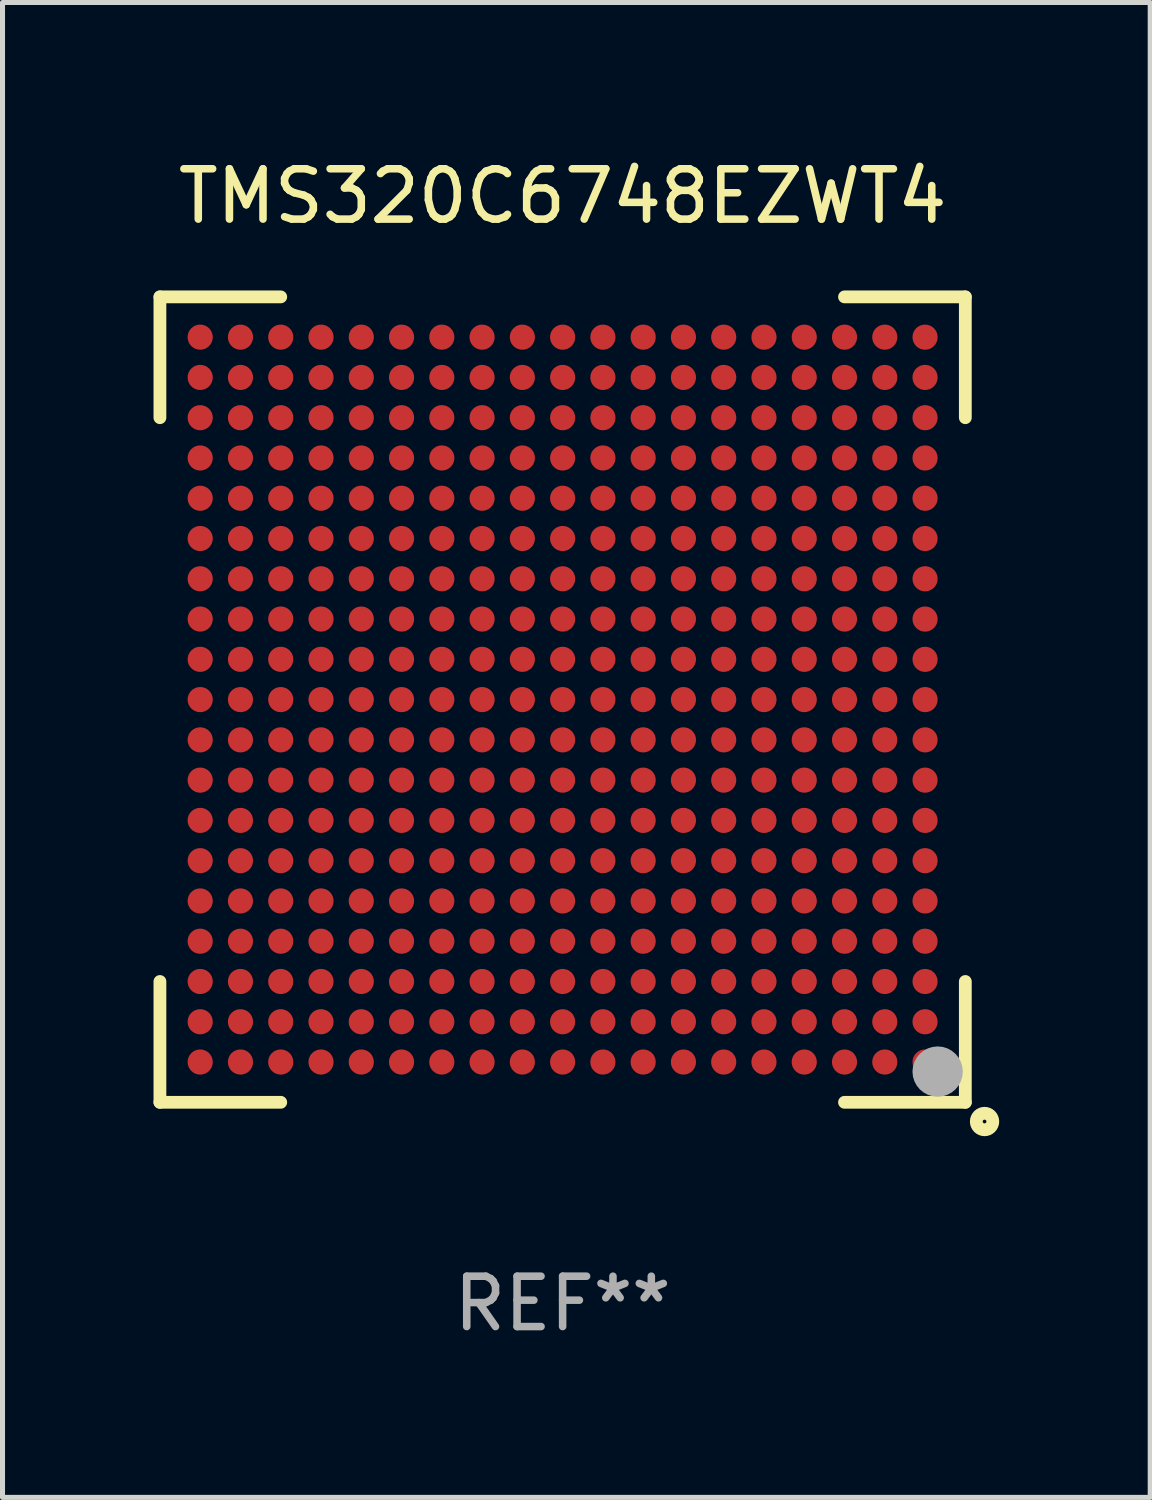
<source format=kicad_pcb>
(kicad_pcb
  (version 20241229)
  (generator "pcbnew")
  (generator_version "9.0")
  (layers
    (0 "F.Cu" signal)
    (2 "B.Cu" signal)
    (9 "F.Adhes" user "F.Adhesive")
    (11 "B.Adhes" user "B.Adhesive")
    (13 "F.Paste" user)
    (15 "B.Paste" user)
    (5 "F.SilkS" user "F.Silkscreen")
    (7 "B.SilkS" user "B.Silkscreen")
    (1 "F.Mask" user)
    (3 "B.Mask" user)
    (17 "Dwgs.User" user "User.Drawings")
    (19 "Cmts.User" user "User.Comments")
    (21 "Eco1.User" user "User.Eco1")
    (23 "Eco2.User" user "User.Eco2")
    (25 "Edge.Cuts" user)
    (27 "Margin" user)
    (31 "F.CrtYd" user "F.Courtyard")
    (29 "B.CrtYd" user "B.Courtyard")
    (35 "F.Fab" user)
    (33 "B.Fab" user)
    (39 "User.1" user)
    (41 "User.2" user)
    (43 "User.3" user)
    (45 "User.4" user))
  (footprint "TMS320C6748EZWT4"
    (layer "F.Cu")
    (at 8.127 10.848)
    (property "Reference" "TMS320C6748EZWT4" (at 0 -10 0) (layer "F.SilkS") (effects (font (size 1 1) (thickness 0.15))))
    (attr through_hole)
    (fp_line (start -8 -8) (end -5.6 -8) (stroke (width 0.254) (type solid)) (layer "F.SilkS"))
    (fp_line (start -8 -5.6) (end -8 -8) (stroke (width 0.254) (type solid)) (layer "F.SilkS"))
    (fp_line (start -8 8) (end -8 5.6) (stroke (width 0.254) (type solid)) (layer "F.SilkS"))
    (fp_line (start -5.6 8) (end -8 8) (stroke (width 0.254) (type solid)) (layer "F.SilkS"))
    (fp_line (start 5.6 -8) (end 8 -8) (stroke (width 0.254) (type solid)) (layer "F.SilkS"))
    (fp_line (start 8 -8) (end 8 -5.6) (stroke (width 0.254) (type solid)) (layer "F.SilkS"))
    (fp_line (start 8 5.6) (end 8 8) (stroke (width 0.254) (type solid)) (layer "F.SilkS"))
    (fp_line (start 8 8) (end 5.6 8) (stroke (width 0.254) (type solid)) (layer "F.SilkS"))
    (fp_circle (center 8 8) (end 8.03 8) (stroke (width 0.06) (type solid)) (fill no) (layer "F.SilkS"))
    (fp_circle (center 8.382 8.382) (end 8.546 8.382) (stroke (width 0.254) (type solid)) (fill no) (layer "F.SilkS"))
    (fp_circle (center 7.45 7.39) (end 7.7 7.39) (stroke (width 0.5) (type solid)) (fill no) (layer "F.Fab"))
    (fp_text user "REF**" (at 0 12 0) (layer "F.Fab") (effects (font (size 1 1) (thickness 0.15))))
    (pad "A1" smd circle (at 7.2 7.2) (size 0.5 0.5) (layers "F.Cu" "F.Mask" "F.Paste"))
    (pad "A2" smd circle (at 6.4 7.2) (size 0.5 0.5) (layers "F.Cu" "F.Mask" "F.Paste"))
    (pad "A3" smd circle (at 5.6 7.2) (size 0.5 0.5) (layers "F.Cu" "F.Mask" "F.Paste"))
    (pad "A4" smd circle (at 4.8 7.2) (size 0.5 0.5) (layers "F.Cu" "F.Mask" "F.Paste"))
    (pad "A5" smd circle (at 4 7.2) (size 0.5 0.5) (layers "F.Cu" "F.Mask" "F.Paste"))
    (pad "A6" smd circle (at 3.2 7.2) (size 0.5 0.5) (layers "F.Cu" "F.Mask" "F.Paste"))
    (pad "A7" smd circle (at 2.4 7.2) (size 0.5 0.5) (layers "F.Cu" "F.Mask" "F.Paste"))
    (pad "A8" smd circle (at 1.6 7.2) (size 0.5 0.5) (layers "F.Cu" "F.Mask" "F.Paste"))
    (pad "A9" smd circle (at 0.8 7.2) (size 0.5 0.5) (layers "F.Cu" "F.Mask" "F.Paste"))
    (pad "A10" smd circle (at 0.000102 7.2) (size 0.5 0.5) (layers "F.Cu" "F.Mask" "F.Paste"))
    (pad "A11" smd circle (at -0.8 7.2) (size 0.5 0.5) (layers "F.Cu" "F.Mask" "F.Paste"))
    (pad "A12" smd circle (at -1.6 7.2) (size 0.5 0.5) (layers "F.Cu" "F.Mask" "F.Paste"))
    (pad "A13" smd circle (at -2.4 7.2) (size 0.5 0.5) (layers "F.Cu" "F.Mask" "F.Paste"))
    (pad "A14" smd circle (at -3.2 7.2) (size 0.5 0.5) (layers "F.Cu" "F.Mask" "F.Paste"))
    (pad "A15" smd circle (at -4 7.2) (size 0.5 0.5) (layers "F.Cu" "F.Mask" "F.Paste"))
    (pad "A16" smd circle (at -4.8 7.2) (size 0.5 0.5) (layers "F.Cu" "F.Mask" "F.Paste"))
    (pad "A17" smd circle (at -5.6 7.2) (size 0.5 0.5) (layers "F.Cu" "F.Mask" "F.Paste"))
    (pad "A18" smd circle (at -6.4 7.2) (size 0.5 0.5) (layers "F.Cu" "F.Mask" "F.Paste"))
    (pad "A19" smd circle (at -7.2 7.2) (size 0.5 0.5) (layers "F.Cu" "F.Mask" "F.Paste"))
    (pad "B1" smd circle (at 7.2 6.4) (size 0.5 0.5) (layers "F.Cu" "F.Mask" "F.Paste"))
    (pad "B2" smd circle (at 6.4 6.4) (size 0.5 0.5) (layers "F.Cu" "F.Mask" "F.Paste"))
    (pad "B3" smd circle (at 5.6 6.4) (size 0.5 0.5) (layers "F.Cu" "F.Mask" "F.Paste"))
    (pad "B4" smd circle (at 4.8 6.4) (size 0.5 0.5) (layers "F.Cu" "F.Mask" "F.Paste"))
    (pad "B5" smd circle (at 4 6.4) (size 0.5 0.5) (layers "F.Cu" "F.Mask" "F.Paste"))
    (pad "B6" smd circle (at 3.2 6.4) (size 0.5 0.5) (layers "F.Cu" "F.Mask" "F.Paste"))
    (pad "B7" smd circle (at 2.4 6.4) (size 0.5 0.5) (layers "F.Cu" "F.Mask" "F.Paste"))
    (pad "B8" smd circle (at 1.6 6.4) (size 0.5 0.5) (layers "F.Cu" "F.Mask" "F.Paste"))
    (pad "B9" smd circle (at 0.8 6.4) (size 0.5 0.5) (layers "F.Cu" "F.Mask" "F.Paste"))
    (pad "B10" smd circle (at -0.000152 6.4) (size 0.5 0.5) (layers "F.Cu" "F.Mask" "F.Paste"))
    (pad "B11" smd circle (at -0.8 6.4) (size 0.5 0.5) (layers "F.Cu" "F.Mask" "F.Paste"))
    (pad "B12" smd circle (at -1.6 6.4) (size 0.5 0.5) (layers "F.Cu" "F.Mask" "F.Paste"))
    (pad "B13" smd circle (at -2.4 6.4) (size 0.5 0.5) (layers "F.Cu" "F.Mask" "F.Paste"))
    (pad "B14" smd circle (at -3.2 6.4) (size 0.5 0.5) (layers "F.Cu" "F.Mask" "F.Paste"))
    (pad "B15" smd circle (at -4 6.4) (size 0.5 0.5) (layers "F.Cu" "F.Mask" "F.Paste"))
    (pad "B16" smd circle (at -4.8 6.4) (size 0.5 0.5) (layers "F.Cu" "F.Mask" "F.Paste"))
    (pad "B17" smd circle (at -5.6 6.4) (size 0.5 0.5) (layers "F.Cu" "F.Mask" "F.Paste"))
    (pad "B18" smd circle (at -6.4 6.4) (size 0.5 0.5) (layers "F.Cu" "F.Mask" "F.Paste"))
    (pad "B19" smd circle (at -7.2 6.4) (size 0.5 0.5) (layers "F.Cu" "F.Mask" "F.Paste"))
    (pad "C1" smd circle (at 7.2 5.6) (size 0.5 0.5) (layers "F.Cu" "F.Mask" "F.Paste"))
    (pad "C2" smd circle (at 6.4 5.6) (size 0.5 0.5) (layers "F.Cu" "F.Mask" "F.Paste"))
    (pad "C3" smd circle (at 5.6 5.6) (size 0.5 0.5) (layers "F.Cu" "F.Mask" "F.Paste"))
    (pad "C4" smd circle (at 4.8 5.6) (size 0.5 0.5) (layers "F.Cu" "F.Mask" "F.Paste"))
    (pad "C5" smd circle (at 4 5.6) (size 0.5 0.5) (layers "F.Cu" "F.Mask" "F.Paste"))
    (pad "C6" smd circle (at 3.2 5.6) (size 0.5 0.5) (layers "F.Cu" "F.Mask" "F.Paste"))
    (pad "C7" smd circle (at 2.4 5.6) (size 0.5 0.5) (layers "F.Cu" "F.Mask" "F.Paste"))
    (pad "C8" smd circle (at 1.6 5.6) (size 0.5 0.5) (layers "F.Cu" "F.Mask" "F.Paste"))
    (pad "C9" smd circle (at 0.8 5.6) (size 0.5 0.5) (layers "F.Cu" "F.Mask" "F.Paste"))
    (pad "C10" smd circle (at 0.000102 5.6) (size 0.5 0.5) (layers "F.Cu" "F.Mask" "F.Paste"))
    (pad "C11" smd circle (at -0.8 5.6) (size 0.5 0.5) (layers "F.Cu" "F.Mask" "F.Paste"))
    (pad "C12" smd circle (at -1.6 5.6) (size 0.5 0.5) (layers "F.Cu" "F.Mask" "F.Paste"))
    (pad "C13" smd circle (at -2.4 5.6) (size 0.5 0.5) (layers "F.Cu" "F.Mask" "F.Paste"))
    (pad "C14" smd circle (at -3.2 5.6) (size 0.5 0.5) (layers "F.Cu" "F.Mask" "F.Paste"))
    (pad "C15" smd circle (at -4 5.6) (size 0.5 0.5) (layers "F.Cu" "F.Mask" "F.Paste"))
    (pad "C16" smd circle (at -4.8 5.6) (size 0.5 0.5) (layers "F.Cu" "F.Mask" "F.Paste"))
    (pad "C17" smd circle (at -5.6 5.6) (size 0.5 0.5) (layers "F.Cu" "F.Mask" "F.Paste"))
    (pad "C18" smd circle (at -6.4 5.6) (size 0.5 0.5) (layers "F.Cu" "F.Mask" "F.Paste"))
    (pad "C19" smd circle (at -7.2 5.6) (size 0.5 0.5) (layers "F.Cu" "F.Mask" "F.Paste"))
    (pad "D1" smd circle (at 7.2 4.8) (size 0.5 0.5) (layers "F.Cu" "F.Mask" "F.Paste"))
    (pad "D2" smd circle (at 6.4 4.8) (size 0.5 0.5) (layers "F.Cu" "F.Mask" "F.Paste"))
    (pad "D3" smd circle (at 5.6 4.8) (size 0.5 0.5) (layers "F.Cu" "F.Mask" "F.Paste"))
    (pad "D4" smd circle (at 4.8 4.8) (size 0.5 0.5) (layers "F.Cu" "F.Mask" "F.Paste"))
    (pad "D5" smd circle (at 4 4.8) (size 0.5 0.5) (layers "F.Cu" "F.Mask" "F.Paste"))
    (pad "D6" smd circle (at 3.2 4.8) (size 0.5 0.5) (layers "F.Cu" "F.Mask" "F.Paste"))
    (pad "D7" smd circle (at 2.4 4.8) (size 0.5 0.5) (layers "F.Cu" "F.Mask" "F.Paste"))
    (pad "D8" smd circle (at 1.6 4.8) (size 0.5 0.5) (layers "F.Cu" "F.Mask" "F.Paste"))
    (pad "D9" smd circle (at 0.8 4.8) (size 0.5 0.5) (layers "F.Cu" "F.Mask" "F.Paste"))
    (pad "D10" smd circle (at 0.000102 4.8) (size 0.5 0.5) (layers "F.Cu" "F.Mask" "F.Paste"))
    (pad "D11" smd circle (at -0.8 4.8) (size 0.5 0.5) (layers "F.Cu" "F.Mask" "F.Paste"))
    (pad "D12" smd circle (at -1.6 4.8) (size 0.5 0.5) (layers "F.Cu" "F.Mask" "F.Paste"))
    (pad "D13" smd circle (at -2.4 4.8) (size 0.5 0.5) (layers "F.Cu" "F.Mask" "F.Paste"))
    (pad "D14" smd circle (at -3.2 4.8) (size 0.5 0.5) (layers "F.Cu" "F.Mask" "F.Paste"))
    (pad "D15" smd circle (at -4 4.8) (size 0.5 0.5) (layers "F.Cu" "F.Mask" "F.Paste"))
    (pad "D16" smd circle (at -4.8 4.8) (size 0.5 0.5) (layers "F.Cu" "F.Mask" "F.Paste"))
    (pad "D17" smd circle (at -5.6 4.8) (size 0.5 0.5) (layers "F.Cu" "F.Mask" "F.Paste"))
    (pad "D18" smd circle (at -6.4 4.8) (size 0.5 0.5) (layers "F.Cu" "F.Mask" "F.Paste"))
    (pad "D19" smd circle (at -7.2 4.8) (size 0.5 0.5) (layers "F.Cu" "F.Mask" "F.Paste"))
    (pad "E1" smd circle (at 7.2 4) (size 0.5 0.5) (layers "F.Cu" "F.Mask" "F.Paste"))
    (pad "E2" smd circle (at 6.4 4) (size 0.5 0.5) (layers "F.Cu" "F.Mask" "F.Paste"))
    (pad "E3" smd circle (at 5.6 4) (size 0.5 0.5) (layers "F.Cu" "F.Mask" "F.Paste"))
    (pad "E4" smd circle (at 4.8 4) (size 0.5 0.5) (layers "F.Cu" "F.Mask" "F.Paste"))
    (pad "E5" smd circle (at 4 4) (size 0.5 0.5) (layers "F.Cu" "F.Mask" "F.Paste"))
    (pad "E6" smd circle (at 3.2 4) (size 0.5 0.5) (layers "F.Cu" "F.Mask" "F.Paste"))
    (pad "E7" smd circle (at 2.4 4) (size 0.5 0.5) (layers "F.Cu" "F.Mask" "F.Paste"))
    (pad "E8" smd circle (at 1.6 4) (size 0.5 0.5) (layers "F.Cu" "F.Mask" "F.Paste"))
    (pad "E9" smd circle (at 0.8 4) (size 0.5 0.5) (layers "F.Cu" "F.Mask" "F.Paste"))
    (pad "E10" smd circle (at 0.000102 4) (size 0.5 0.5) (layers "F.Cu" "F.Mask" "F.Paste"))
    (pad "E11" smd circle (at -0.8 4) (size 0.5 0.5) (layers "F.Cu" "F.Mask" "F.Paste"))
    (pad "E12" smd circle (at -1.6 4) (size 0.5 0.5) (layers "F.Cu" "F.Mask" "F.Paste"))
    (pad "E13" smd circle (at -2.4 4) (size 0.5 0.5) (layers "F.Cu" "F.Mask" "F.Paste"))
    (pad "E14" smd circle (at -3.2 4) (size 0.5 0.5) (layers "F.Cu" "F.Mask" "F.Paste"))
    (pad "E15" smd circle (at -4 4) (size 0.5 0.5) (layers "F.Cu" "F.Mask" "F.Paste"))
    (pad "E16" smd circle (at -4.8 4) (size 0.5 0.5) (layers "F.Cu" "F.Mask" "F.Paste"))
    (pad "E17" smd circle (at -5.6 4) (size 0.5 0.5) (layers "F.Cu" "F.Mask" "F.Paste"))
    (pad "E18" smd circle (at -6.4 4) (size 0.5 0.5) (layers "F.Cu" "F.Mask" "F.Paste"))
    (pad "E19" smd circle (at -7.2 4) (size 0.5 0.5) (layers "F.Cu" "F.Mask" "F.Paste"))
    (pad "F1" smd circle (at 7.2 3.2) (size 0.5 0.5) (layers "F.Cu" "F.Mask" "F.Paste"))
    (pad "F2" smd circle (at 6.4 3.2) (size 0.5 0.5) (layers "F.Cu" "F.Mask" "F.Paste"))
    (pad "F3" smd circle (at 5.6 3.2) (size 0.5 0.5) (layers "F.Cu" "F.Mask" "F.Paste"))
    (pad "F4" smd circle (at 4.8 3.2) (size 0.5 0.5) (layers "F.Cu" "F.Mask" "F.Paste"))
    (pad "F5" smd circle (at 4 3.2) (size 0.5 0.5) (layers "F.Cu" "F.Mask" "F.Paste"))
    (pad "F6" smd circle (at 3.2 3.2) (size 0.5 0.5) (layers "F.Cu" "F.Mask" "F.Paste"))
    (pad "F7" smd circle (at 2.4 3.2) (size 0.5 0.5) (layers "F.Cu" "F.Mask" "F.Paste"))
    (pad "F8" smd circle (at 1.6 3.2) (size 0.5 0.5) (layers "F.Cu" "F.Mask" "F.Paste"))
    (pad "F9" smd circle (at 0.8 3.2) (size 0.5 0.5) (layers "F.Cu" "F.Mask" "F.Paste"))
    (pad "F10" smd circle (at 0.000102 3.2) (size 0.5 0.5) (layers "F.Cu" "F.Mask" "F.Paste"))
    (pad "F11" smd circle (at -0.8 3.2) (size 0.5 0.5) (layers "F.Cu" "F.Mask" "F.Paste"))
    (pad "F12" smd circle (at -1.6 3.2) (size 0.5 0.5) (layers "F.Cu" "F.Mask" "F.Paste"))
    (pad "F13" smd circle (at -2.4 3.2) (size 0.5 0.5) (layers "F.Cu" "F.Mask" "F.Paste"))
    (pad "F14" smd circle (at -3.2 3.2) (size 0.5 0.5) (layers "F.Cu" "F.Mask" "F.Paste"))
    (pad "F15" smd circle (at -4 3.2) (size 0.5 0.5) (layers "F.Cu" "F.Mask" "F.Paste"))
    (pad "F16" smd circle (at -4.8 3.2) (size 0.5 0.5) (layers "F.Cu" "F.Mask" "F.Paste"))
    (pad "F17" smd circle (at -5.6 3.2) (size 0.5 0.5) (layers "F.Cu" "F.Mask" "F.Paste"))
    (pad "F18" smd circle (at -6.4 3.2) (size 0.5 0.5) (layers "F.Cu" "F.Mask" "F.Paste"))
    (pad "F19" smd circle (at -7.2 3.2) (size 0.5 0.5) (layers "F.Cu" "F.Mask" "F.Paste"))
    (pad "G1" smd circle (at 7.2 2.4) (size 0.5 0.5) (layers "F.Cu" "F.Mask" "F.Paste"))
    (pad "G2" smd circle (at 6.4 2.4) (size 0.5 0.5) (layers "F.Cu" "F.Mask" "F.Paste"))
    (pad "G3" smd circle (at 5.6 2.4) (size 0.5 0.5) (layers "F.Cu" "F.Mask" "F.Paste"))
    (pad "G4" smd circle (at 4.8 2.4) (size 0.5 0.5) (layers "F.Cu" "F.Mask" "F.Paste"))
    (pad "G5" smd circle (at 4 2.4) (size 0.5 0.5) (layers "F.Cu" "F.Mask" "F.Paste"))
    (pad "G6" smd circle (at 3.2 2.4) (size 0.5 0.5) (layers "F.Cu" "F.Mask" "F.Paste"))
    (pad "G7" smd circle (at 2.4 2.4) (size 0.5 0.5) (layers "F.Cu" "F.Mask" "F.Paste"))
    (pad "G8" smd circle (at 1.6 2.4) (size 0.5 0.5) (layers "F.Cu" "F.Mask" "F.Paste"))
    (pad "G9" smd circle (at 0.8 2.4) (size 0.5 0.5) (layers "F.Cu" "F.Mask" "F.Paste"))
    (pad "G10" smd circle (at 0.000102 2.4) (size 0.5 0.5) (layers "F.Cu" "F.Mask" "F.Paste"))
    (pad "G11" smd circle (at -0.8 2.4) (size 0.5 0.5) (layers "F.Cu" "F.Mask" "F.Paste"))
    (pad "G12" smd circle (at -1.6 2.4) (size 0.5 0.5) (layers "F.Cu" "F.Mask" "F.Paste"))
    (pad "G13" smd circle (at -2.4 2.4) (size 0.5 0.5) (layers "F.Cu" "F.Mask" "F.Paste"))
    (pad "G14" smd circle (at -3.2 2.4) (size 0.5 0.5) (layers "F.Cu" "F.Mask" "F.Paste"))
    (pad "G15" smd circle (at -4 2.4) (size 0.5 0.5) (layers "F.Cu" "F.Mask" "F.Paste"))
    (pad "G16" smd circle (at -4.8 2.4) (size 0.5 0.5) (layers "F.Cu" "F.Mask" "F.Paste"))
    (pad "G17" smd circle (at -5.6 2.4) (size 0.5 0.5) (layers "F.Cu" "F.Mask" "F.Paste"))
    (pad "G18" smd circle (at -6.4 2.4) (size 0.5 0.5) (layers "F.Cu" "F.Mask" "F.Paste"))
    (pad "G19" smd circle (at -7.2 2.4) (size 0.5 0.5) (layers "F.Cu" "F.Mask" "F.Paste"))
    (pad "H1" smd circle (at 7.2 1.6) (size 0.5 0.5) (layers "F.Cu" "F.Mask" "F.Paste"))
    (pad "H2" smd circle (at 6.4 1.6) (size 0.5 0.5) (layers "F.Cu" "F.Mask" "F.Paste"))
    (pad "H3" smd circle (at 5.6 1.6) (size 0.5 0.5) (layers "F.Cu" "F.Mask" "F.Paste"))
    (pad "H4" smd circle (at 4.8 1.6) (size 0.5 0.5) (layers "F.Cu" "F.Mask" "F.Paste"))
    (pad "H5" smd circle (at 4 1.6) (size 0.5 0.5) (layers "F.Cu" "F.Mask" "F.Paste"))
    (pad "H6" smd circle (at 3.2 1.6) (size 0.5 0.5) (layers "F.Cu" "F.Mask" "F.Paste"))
    (pad "H7" smd circle (at 2.4 1.6) (size 0.5 0.5) (layers "F.Cu" "F.Mask" "F.Paste"))
    (pad "H8" smd circle (at 1.6 1.6) (size 0.5 0.5) (layers "F.Cu" "F.Mask" "F.Paste"))
    (pad "H9" smd circle (at 0.8 1.6) (size 0.5 0.5) (layers "F.Cu" "F.Mask" "F.Paste"))
    (pad "H10" smd circle (at 0.000102 1.6) (size 0.5 0.5) (layers "F.Cu" "F.Mask" "F.Paste"))
    (pad "H11" smd circle (at -0.8 1.6) (size 0.5 0.5) (layers "F.Cu" "F.Mask" "F.Paste"))
    (pad "H12" smd circle (at -1.6 1.6) (size 0.5 0.5) (layers "F.Cu" "F.Mask" "F.Paste"))
    (pad "H13" smd circle (at -2.4 1.6) (size 0.5 0.5) (layers "F.Cu" "F.Mask" "F.Paste"))
    (pad "H14" smd circle (at -3.2 1.6) (size 0.5 0.5) (layers "F.Cu" "F.Mask" "F.Paste"))
    (pad "H15" smd circle (at -4 1.6) (size 0.5 0.5) (layers "F.Cu" "F.Mask" "F.Paste"))
    (pad "H16" smd circle (at -4.8 1.6) (size 0.5 0.5) (layers "F.Cu" "F.Mask" "F.Paste"))
    (pad "H17" smd circle (at -5.6 1.6) (size 0.5 0.5) (layers "F.Cu" "F.Mask" "F.Paste"))
    (pad "H18" smd circle (at -6.4 1.6) (size 0.5 0.5) (layers "F.Cu" "F.Mask" "F.Paste"))
    (pad "H19" smd circle (at -7.2 1.6) (size 0.5 0.5) (layers "F.Cu" "F.Mask" "F.Paste"))
    (pad "J1" smd circle (at 7.2 0.8) (size 0.5 0.5) (layers "F.Cu" "F.Mask" "F.Paste"))
    (pad "J2" smd circle (at 6.4 0.8) (size 0.5 0.5) (layers "F.Cu" "F.Mask" "F.Paste"))
    (pad "J3" smd circle (at 5.6 0.8) (size 0.5 0.5) (layers "F.Cu" "F.Mask" "F.Paste"))
    (pad "J4" smd circle (at 4.8 0.8) (size 0.5 0.5) (layers "F.Cu" "F.Mask" "F.Paste"))
    (pad "J5" smd circle (at 4 0.8) (size 0.5 0.5) (layers "F.Cu" "F.Mask" "F.Paste"))
    (pad "J6" smd circle (at 3.2 0.8) (size 0.5 0.5) (layers "F.Cu" "F.Mask" "F.Paste"))
    (pad "J7" smd circle (at 2.4 0.8) (size 0.5 0.5) (layers "F.Cu" "F.Mask" "F.Paste"))
    (pad "J8" smd circle (at 1.6 0.8) (size 0.5 0.5) (layers "F.Cu" "F.Mask" "F.Paste"))
    (pad "J9" smd circle (at 0.8 0.8) (size 0.5 0.5) (layers "F.Cu" "F.Mask" "F.Paste"))
    (pad "J10" smd circle (at 0.000102 0.8) (size 0.5 0.5) (layers "F.Cu" "F.Mask" "F.Paste"))
    (pad "J11" smd circle (at -0.8 0.8) (size 0.5 0.5) (layers "F.Cu" "F.Mask" "F.Paste"))
    (pad "J12" smd circle (at -1.6 0.8) (size 0.5 0.5) (layers "F.Cu" "F.Mask" "F.Paste"))
    (pad "J13" smd circle (at -2.4 0.8) (size 0.5 0.5) (layers "F.Cu" "F.Mask" "F.Paste"))
    (pad "J14" smd circle (at -3.2 0.8) (size 0.5 0.5) (layers "F.Cu" "F.Mask" "F.Paste"))
    (pad "J15" smd circle (at -4 0.8) (size 0.5 0.5) (layers "F.Cu" "F.Mask" "F.Paste"))
    (pad "J16" smd circle (at -4.8 0.8) (size 0.5 0.5) (layers "F.Cu" "F.Mask" "F.Paste"))
    (pad "J17" smd circle (at -5.6 0.8) (size 0.5 0.5) (layers "F.Cu" "F.Mask" "F.Paste"))
    (pad "J18" smd circle (at -6.4 0.8) (size 0.5 0.5) (layers "F.Cu" "F.Mask" "F.Paste"))
    (pad "J19" smd circle (at -7.2 0.8) (size 0.5 0.5) (layers "F.Cu" "F.Mask" "F.Paste"))
    (pad "K1" smd circle (at 7.2 0.000102) (size 0.5 0.5) (layers "F.Cu" "F.Mask" "F.Paste"))
    (pad "K2" smd circle (at 6.4 0.000102) (size 0.5 0.5) (layers "F.Cu" "F.Mask" "F.Paste"))
    (pad "K3" smd circle (at 5.6 0.000102) (size 0.5 0.5) (layers "F.Cu" "F.Mask" "F.Paste"))
    (pad "K4" smd circle (at 4.8 0.000102) (size 0.5 0.5) (layers "F.Cu" "F.Mask" "F.Paste"))
    (pad "K5" smd circle (at 4 0.000102) (size 0.5 0.5) (layers "F.Cu" "F.Mask" "F.Paste"))
    (pad "K6" smd circle (at 3.2 0.000102) (size 0.5 0.5) (layers "F.Cu" "F.Mask" "F.Paste"))
    (pad "K7" smd circle (at 2.4 0.000102) (size 0.5 0.5) (layers "F.Cu" "F.Mask" "F.Paste"))
    (pad "K8" smd circle (at 1.6 0.000102) (size 0.5 0.5) (layers "F.Cu" "F.Mask" "F.Paste"))
    (pad "K9" smd circle (at 0.8 0.000102) (size 0.5 0.5) (layers "F.Cu" "F.Mask" "F.Paste"))
    (pad "K10" smd circle (at 0.000102 0.000102) (size 0.5 0.5) (layers "F.Cu" "F.Mask" "F.Paste"))
    (pad "K11" smd circle (at -0.8 0.000102) (size 0.5 0.5) (layers "F.Cu" "F.Mask" "F.Paste"))
    (pad "K12" smd circle (at -1.6 0.000102) (size 0.5 0.5) (layers "F.Cu" "F.Mask" "F.Paste"))
    (pad "K13" smd circle (at -2.4 0.000102) (size 0.5 0.5) (layers "F.Cu" "F.Mask" "F.Paste"))
    (pad "K14" smd circle (at -3.2 0.000102) (size 0.5 0.5) (layers "F.Cu" "F.Mask" "F.Paste"))
    (pad "K15" smd circle (at -4 0.000102) (size 0.5 0.5) (layers "F.Cu" "F.Mask" "F.Paste"))
    (pad "K16" smd circle (at -4.8 0.000102) (size 0.5 0.5) (layers "F.Cu" "F.Mask" "F.Paste"))
    (pad "K17" smd circle (at -5.6 0.000102) (size 0.5 0.5) (layers "F.Cu" "F.Mask" "F.Paste"))
    (pad "K18" smd circle (at -6.4 0.000102) (size 0.5 0.5) (layers "F.Cu" "F.Mask" "F.Paste"))
    (pad "K19" smd circle (at -7.2 0.000102) (size 0.5 0.5) (layers "F.Cu" "F.Mask" "F.Paste"))
    (pad "L1" smd circle (at 7.2 -0.8) (size 0.5 0.5) (layers "F.Cu" "F.Mask" "F.Paste"))
    (pad "L2" smd circle (at 6.4 -0.8) (size 0.5 0.5) (layers "F.Cu" "F.Mask" "F.Paste"))
    (pad "L3" smd circle (at 5.6 -0.8) (size 0.5 0.5) (layers "F.Cu" "F.Mask" "F.Paste"))
    (pad "L4" smd circle (at 4.8 -0.8) (size 0.5 0.5) (layers "F.Cu" "F.Mask" "F.Paste"))
    (pad "L5" smd circle (at 4 -0.8) (size 0.5 0.5) (layers "F.Cu" "F.Mask" "F.Paste"))
    (pad "L6" smd circle (at 3.2 -0.8) (size 0.5 0.5) (layers "F.Cu" "F.Mask" "F.Paste"))
    (pad "L7" smd circle (at 2.4 -0.8) (size 0.5 0.5) (layers "F.Cu" "F.Mask" "F.Paste"))
    (pad "L8" smd circle (at 1.6 -0.8) (size 0.5 0.5) (layers "F.Cu" "F.Mask" "F.Paste"))
    (pad "L9" smd circle (at 0.8 -0.8) (size 0.5 0.5) (layers "F.Cu" "F.Mask" "F.Paste"))
    (pad "L10" smd circle (at 0.000102 -0.8) (size 0.5 0.5) (layers "F.Cu" "F.Mask" "F.Paste"))
    (pad "L11" smd circle (at -0.8 -0.8) (size 0.5 0.5) (layers "F.Cu" "F.Mask" "F.Paste"))
    (pad "L12" smd circle (at -1.6 -0.8) (size 0.5 0.5) (layers "F.Cu" "F.Mask" "F.Paste"))
    (pad "L13" smd circle (at -2.4 -0.8) (size 0.5 0.5) (layers "F.Cu" "F.Mask" "F.Paste"))
    (pad "L14" smd circle (at -3.2 -0.8) (size 0.5 0.5) (layers "F.Cu" "F.Mask" "F.Paste"))
    (pad "L15" smd circle (at -4 -0.8) (size 0.5 0.5) (layers "F.Cu" "F.Mask" "F.Paste"))
    (pad "L16" smd circle (at -4.8 -0.8) (size 0.5 0.5) (layers "F.Cu" "F.Mask" "F.Paste"))
    (pad "L17" smd circle (at -5.6 -0.8) (size 0.5 0.5) (layers "F.Cu" "F.Mask" "F.Paste"))
    (pad "L18" smd circle (at -6.4 -0.8) (size 0.5 0.5) (layers "F.Cu" "F.Mask" "F.Paste"))
    (pad "L19" smd circle (at -7.2 -0.8) (size 0.5 0.5) (layers "F.Cu" "F.Mask" "F.Paste"))
    (pad "M1" smd circle (at 7.2 -1.6) (size 0.5 0.5) (layers "F.Cu" "F.Mask" "F.Paste"))
    (pad "M2" smd circle (at 6.4 -1.6) (size 0.5 0.5) (layers "F.Cu" "F.Mask" "F.Paste"))
    (pad "M3" smd circle (at 5.6 -1.6) (size 0.5 0.5) (layers "F.Cu" "F.Mask" "F.Paste"))
    (pad "M4" smd circle (at 4.8 -1.6) (size 0.5 0.5) (layers "F.Cu" "F.Mask" "F.Paste"))
    (pad "M5" smd circle (at 4 -1.6) (size 0.5 0.5) (layers "F.Cu" "F.Mask" "F.Paste"))
    (pad "M6" smd circle (at 3.2 -1.6) (size 0.5 0.5) (layers "F.Cu" "F.Mask" "F.Paste"))
    (pad "M7" smd circle (at 2.4 -1.6) (size 0.5 0.5) (layers "F.Cu" "F.Mask" "F.Paste"))
    (pad "M8" smd circle (at 1.6 -1.6) (size 0.5 0.5) (layers "F.Cu" "F.Mask" "F.Paste"))
    (pad "M9" smd circle (at 0.8 -1.6) (size 0.5 0.5) (layers "F.Cu" "F.Mask" "F.Paste"))
    (pad "M10" smd circle (at 0.000102 -1.6) (size 0.5 0.5) (layers "F.Cu" "F.Mask" "F.Paste"))
    (pad "M11" smd circle (at -0.8 -1.6) (size 0.5 0.5) (layers "F.Cu" "F.Mask" "F.Paste"))
    (pad "M12" smd circle (at -1.6 -1.6) (size 0.5 0.5) (layers "F.Cu" "F.Mask" "F.Paste"))
    (pad "M13" smd circle (at -2.4 -1.6) (size 0.5 0.5) (layers "F.Cu" "F.Mask" "F.Paste"))
    (pad "M14" smd circle (at -3.2 -1.6) (size 0.5 0.5) (layers "F.Cu" "F.Mask" "F.Paste"))
    (pad "M15" smd circle (at -4 -1.6) (size 0.5 0.5) (layers "F.Cu" "F.Mask" "F.Paste"))
    (pad "M16" smd circle (at -4.8 -1.6) (size 0.5 0.5) (layers "F.Cu" "F.Mask" "F.Paste"))
    (pad "M17" smd circle (at -5.6 -1.6) (size 0.5 0.5) (layers "F.Cu" "F.Mask" "F.Paste"))
    (pad "M18" smd circle (at -6.4 -1.6) (size 0.5 0.5) (layers "F.Cu" "F.Mask" "F.Paste"))
    (pad "M19" smd circle (at -7.2 -1.6) (size 0.5 0.5) (layers "F.Cu" "F.Mask" "F.Paste"))
    (pad "N1" smd circle (at 7.2 -2.4) (size 0.5 0.5) (layers "F.Cu" "F.Mask" "F.Paste"))
    (pad "N2" smd circle (at 6.4 -2.4) (size 0.5 0.5) (layers "F.Cu" "F.Mask" "F.Paste"))
    (pad "N3" smd circle (at 5.6 -2.4) (size 0.5 0.5) (layers "F.Cu" "F.Mask" "F.Paste"))
    (pad "N4" smd circle (at 4.8 -2.4) (size 0.5 0.5) (layers "F.Cu" "F.Mask" "F.Paste"))
    (pad "N5" smd circle (at 4 -2.4) (size 0.5 0.5) (layers "F.Cu" "F.Mask" "F.Paste"))
    (pad "N6" smd circle (at 3.2 -2.4) (size 0.5 0.5) (layers "F.Cu" "F.Mask" "F.Paste"))
    (pad "N7" smd circle (at 2.4 -2.4) (size 0.5 0.5) (layers "F.Cu" "F.Mask" "F.Paste"))
    (pad "N8" smd circle (at 1.6 -2.4) (size 0.5 0.5) (layers "F.Cu" "F.Mask" "F.Paste"))
    (pad "N9" smd circle (at 0.8 -2.4) (size 0.5 0.5) (layers "F.Cu" "F.Mask" "F.Paste"))
    (pad "N10" smd circle (at 0.000102 -2.4) (size 0.5 0.5) (layers "F.Cu" "F.Mask" "F.Paste"))
    (pad "N11" smd circle (at -0.8 -2.4) (size 0.5 0.5) (layers "F.Cu" "F.Mask" "F.Paste"))
    (pad "N12" smd circle (at -1.6 -2.4) (size 0.5 0.5) (layers "F.Cu" "F.Mask" "F.Paste"))
    (pad "N13" smd circle (at -2.4 -2.4) (size 0.5 0.5) (layers "F.Cu" "F.Mask" "F.Paste"))
    (pad "N14" smd circle (at -3.2 -2.4) (size 0.5 0.5) (layers "F.Cu" "F.Mask" "F.Paste"))
    (pad "N15" smd circle (at -4 -2.4) (size 0.5 0.5) (layers "F.Cu" "F.Mask" "F.Paste"))
    (pad "N16" smd circle (at -4.8 -2.4) (size 0.5 0.5) (layers "F.Cu" "F.Mask" "F.Paste"))
    (pad "N17" smd circle (at -5.6 -2.4) (size 0.5 0.5) (layers "F.Cu" "F.Mask" "F.Paste"))
    (pad "N18" smd circle (at -6.4 -2.4) (size 0.5 0.5) (layers "F.Cu" "F.Mask" "F.Paste"))
    (pad "N19" smd circle (at -7.2 -2.4) (size 0.5 0.5) (layers "F.Cu" "F.Mask" "F.Paste"))
    (pad "P1" smd circle (at 7.2 -3.2) (size 0.5 0.5) (layers "F.Cu" "F.Mask" "F.Paste"))
    (pad "P2" smd circle (at 6.4 -3.2) (size 0.5 0.5) (layers "F.Cu" "F.Mask" "F.Paste"))
    (pad "P3" smd circle (at 5.6 -3.2) (size 0.5 0.5) (layers "F.Cu" "F.Mask" "F.Paste"))
    (pad "P4" smd circle (at 4.8 -3.2) (size 0.5 0.5) (layers "F.Cu" "F.Mask" "F.Paste"))
    (pad "P5" smd circle (at 4 -3.2) (size 0.5 0.5) (layers "F.Cu" "F.Mask" "F.Paste"))
    (pad "P6" smd circle (at 3.2 -3.2) (size 0.5 0.5) (layers "F.Cu" "F.Mask" "F.Paste"))
    (pad "P7" smd circle (at 2.4 -3.2) (size 0.5 0.5) (layers "F.Cu" "F.Mask" "F.Paste"))
    (pad "P8" smd circle (at 1.6 -3.2) (size 0.5 0.5) (layers "F.Cu" "F.Mask" "F.Paste"))
    (pad "P9" smd circle (at 0.8 -3.2) (size 0.5 0.5) (layers "F.Cu" "F.Mask" "F.Paste"))
    (pad "P10" smd circle (at 0.000102 -3.2) (size 0.5 0.5) (layers "F.Cu" "F.Mask" "F.Paste"))
    (pad "P11" smd circle (at -0.8 -3.2) (size 0.5 0.5) (layers "F.Cu" "F.Mask" "F.Paste"))
    (pad "P12" smd circle (at -1.6 -3.2) (size 0.5 0.5) (layers "F.Cu" "F.Mask" "F.Paste"))
    (pad "P13" smd circle (at -2.4 -3.2) (size 0.5 0.5) (layers "F.Cu" "F.Mask" "F.Paste"))
    (pad "P14" smd circle (at -3.2 -3.2) (size 0.5 0.5) (layers "F.Cu" "F.Mask" "F.Paste"))
    (pad "P15" smd circle (at -4 -3.2) (size 0.5 0.5) (layers "F.Cu" "F.Mask" "F.Paste"))
    (pad "P16" smd circle (at -4.8 -3.2) (size 0.5 0.5) (layers "F.Cu" "F.Mask" "F.Paste"))
    (pad "P17" smd circle (at -5.6 -3.2) (size 0.5 0.5) (layers "F.Cu" "F.Mask" "F.Paste"))
    (pad "P18" smd circle (at -6.4 -3.2) (size 0.5 0.5) (layers "F.Cu" "F.Mask" "F.Paste"))
    (pad "P19" smd circle (at -7.2 -3.2) (size 0.5 0.5) (layers "F.Cu" "F.Mask" "F.Paste"))
    (pad "R1" smd circle (at 7.2 -4) (size 0.5 0.5) (layers "F.Cu" "F.Mask" "F.Paste"))
    (pad "R2" smd circle (at 6.4 -4) (size 0.5 0.5) (layers "F.Cu" "F.Mask" "F.Paste"))
    (pad "R3" smd circle (at 5.6 -4) (size 0.5 0.5) (layers "F.Cu" "F.Mask" "F.Paste"))
    (pad "R4" smd circle (at 4.8 -4) (size 0.5 0.5) (layers "F.Cu" "F.Mask" "F.Paste"))
    (pad "R5" smd circle (at 4 -4) (size 0.5 0.5) (layers "F.Cu" "F.Mask" "F.Paste"))
    (pad "R6" smd circle (at 3.2 -4) (size 0.5 0.5) (layers "F.Cu" "F.Mask" "F.Paste"))
    (pad "R7" smd circle (at 2.4 -4) (size 0.5 0.5) (layers "F.Cu" "F.Mask" "F.Paste"))
    (pad "R8" smd circle (at 1.6 -4) (size 0.5 0.5) (layers "F.Cu" "F.Mask" "F.Paste"))
    (pad "R9" smd circle (at 0.8 -4) (size 0.5 0.5) (layers "F.Cu" "F.Mask" "F.Paste"))
    (pad "R10" smd circle (at 0.000102 -4) (size 0.5 0.5) (layers "F.Cu" "F.Mask" "F.Paste"))
    (pad "R11" smd circle (at -0.8 -4) (size 0.5 0.5) (layers "F.Cu" "F.Mask" "F.Paste"))
    (pad "R12" smd circle (at -1.6 -4) (size 0.5 0.5) (layers "F.Cu" "F.Mask" "F.Paste"))
    (pad "R13" smd circle (at -2.4 -4) (size 0.5 0.5) (layers "F.Cu" "F.Mask" "F.Paste"))
    (pad "R14" smd circle (at -3.2 -4) (size 0.5 0.5) (layers "F.Cu" "F.Mask" "F.Paste"))
    (pad "R15" smd circle (at -4 -4) (size 0.5 0.5) (layers "F.Cu" "F.Mask" "F.Paste"))
    (pad "R16" smd circle (at -4.8 -4) (size 0.5 0.5) (layers "F.Cu" "F.Mask" "F.Paste"))
    (pad "R17" smd circle (at -5.6 -4) (size 0.5 0.5) (layers "F.Cu" "F.Mask" "F.Paste"))
    (pad "R18" smd circle (at -6.4 -4) (size 0.5 0.5) (layers "F.Cu" "F.Mask" "F.Paste"))
    (pad "R19" smd circle (at -7.2 -4) (size 0.5 0.5) (layers "F.Cu" "F.Mask" "F.Paste"))
    (pad "T1" smd circle (at 7.2 -4.8) (size 0.5 0.5) (layers "F.Cu" "F.Mask" "F.Paste"))
    (pad "T2" smd circle (at 6.4 -4.8) (size 0.5 0.5) (layers "F.Cu" "F.Mask" "F.Paste"))
    (pad "T3" smd circle (at 5.6 -4.8) (size 0.5 0.5) (layers "F.Cu" "F.Mask" "F.Paste"))
    (pad "T4" smd circle (at 4.8 -4.8) (size 0.5 0.5) (layers "F.Cu" "F.Mask" "F.Paste"))
    (pad "T5" smd circle (at 4 -4.8) (size 0.5 0.5) (layers "F.Cu" "F.Mask" "F.Paste"))
    (pad "T6" smd circle (at 3.2 -4.8) (size 0.5 0.5) (layers "F.Cu" "F.Mask" "F.Paste"))
    (pad "T7" smd circle (at 2.4 -4.8) (size 0.5 0.5) (layers "F.Cu" "F.Mask" "F.Paste"))
    (pad "T8" smd circle (at 1.6 -4.8) (size 0.5 0.5) (layers "F.Cu" "F.Mask" "F.Paste"))
    (pad "T9" smd circle (at 0.8 -4.8) (size 0.5 0.5) (layers "F.Cu" "F.Mask" "F.Paste"))
    (pad "T10" smd circle (at 0.000102 -4.8) (size 0.5 0.5) (layers "F.Cu" "F.Mask" "F.Paste"))
    (pad "T11" smd circle (at -0.8 -4.8) (size 0.5 0.5) (layers "F.Cu" "F.Mask" "F.Paste"))
    (pad "T12" smd circle (at -1.6 -4.8) (size 0.5 0.5) (layers "F.Cu" "F.Mask" "F.Paste"))
    (pad "T13" smd circle (at -2.4 -4.8) (size 0.5 0.5) (layers "F.Cu" "F.Mask" "F.Paste"))
    (pad "T14" smd circle (at -3.2 -4.8) (size 0.5 0.5) (layers "F.Cu" "F.Mask" "F.Paste"))
    (pad "T15" smd circle (at -4 -4.8) (size 0.5 0.5) (layers "F.Cu" "F.Mask" "F.Paste"))
    (pad "T16" smd circle (at -4.8 -4.8) (size 0.5 0.5) (layers "F.Cu" "F.Mask" "F.Paste"))
    (pad "T17" smd circle (at -5.6 -4.8) (size 0.5 0.5) (layers "F.Cu" "F.Mask" "F.Paste"))
    (pad "T18" smd circle (at -6.4 -4.8) (size 0.5 0.5) (layers "F.Cu" "F.Mask" "F.Paste"))
    (pad "T19" smd circle (at -7.2 -4.8) (size 0.5 0.5) (layers "F.Cu" "F.Mask" "F.Paste"))
    (pad "U1" smd circle (at 7.2 -5.6) (size 0.5 0.5) (layers "F.Cu" "F.Mask" "F.Paste"))
    (pad "U2" smd circle (at 6.4 -5.6) (size 0.5 0.5) (layers "F.Cu" "F.Mask" "F.Paste"))
    (pad "U3" smd circle (at 5.6 -5.6) (size 0.5 0.5) (layers "F.Cu" "F.Mask" "F.Paste"))
    (pad "U4" smd circle (at 4.8 -5.6) (size 0.5 0.5) (layers "F.Cu" "F.Mask" "F.Paste"))
    (pad "U5" smd circle (at 4 -5.6) (size 0.5 0.5) (layers "F.Cu" "F.Mask" "F.Paste"))
    (pad "U6" smd circle (at 3.2 -5.6) (size 0.5 0.5) (layers "F.Cu" "F.Mask" "F.Paste"))
    (pad "U7" smd circle (at 2.4 -5.6) (size 0.5 0.5) (layers "F.Cu" "F.Mask" "F.Paste"))
    (pad "U8" smd circle (at 1.6 -5.6) (size 0.5 0.5) (layers "F.Cu" "F.Mask" "F.Paste"))
    (pad "U9" smd circle (at 0.8 -5.6) (size 0.5 0.5) (layers "F.Cu" "F.Mask" "F.Paste"))
    (pad "U10" smd circle (at 0.000102 -5.6) (size 0.5 0.5) (layers "F.Cu" "F.Mask" "F.Paste"))
    (pad "U11" smd circle (at -0.8 -5.6) (size 0.5 0.5) (layers "F.Cu" "F.Mask" "F.Paste"))
    (pad "U12" smd circle (at -1.6 -5.6) (size 0.5 0.5) (layers "F.Cu" "F.Mask" "F.Paste"))
    (pad "U13" smd circle (at -2.4 -5.6) (size 0.5 0.5) (layers "F.Cu" "F.Mask" "F.Paste"))
    (pad "U14" smd circle (at -3.2 -5.6) (size 0.5 0.5) (layers "F.Cu" "F.Mask" "F.Paste"))
    (pad "U15" smd circle (at -4 -5.6) (size 0.5 0.5) (layers "F.Cu" "F.Mask" "F.Paste"))
    (pad "U16" smd circle (at -4.8 -5.6) (size 0.5 0.5) (layers "F.Cu" "F.Mask" "F.Paste"))
    (pad "U17" smd circle (at -5.6 -5.6) (size 0.5 0.5) (layers "F.Cu" "F.Mask" "F.Paste"))
    (pad "U18" smd circle (at -6.4 -5.6) (size 0.5 0.5) (layers "F.Cu" "F.Mask" "F.Paste"))
    (pad "U19" smd circle (at -7.2 -5.6) (size 0.5 0.5) (layers "F.Cu" "F.Mask" "F.Paste"))
    (pad "V1" smd circle (at 7.2 -6.4) (size 0.5 0.5) (layers "F.Cu" "F.Mask" "F.Paste"))
    (pad "V2" smd circle (at 6.4 -6.4) (size 0.5 0.5) (layers "F.Cu" "F.Mask" "F.Paste"))
    (pad "V3" smd circle (at 5.6 -6.4) (size 0.5 0.5) (layers "F.Cu" "F.Mask" "F.Paste"))
    (pad "V4" smd circle (at 4.8 -6.4) (size 0.5 0.5) (layers "F.Cu" "F.Mask" "F.Paste"))
    (pad "V5" smd circle (at 4 -6.4) (size 0.5 0.5) (layers "F.Cu" "F.Mask" "F.Paste"))
    (pad "V6" smd circle (at 3.2 -6.4) (size 0.5 0.5) (layers "F.Cu" "F.Mask" "F.Paste"))
    (pad "V7" smd circle (at 2.4 -6.4) (size 0.5 0.5) (layers "F.Cu" "F.Mask" "F.Paste"))
    (pad "V8" smd circle (at 1.6 -6.4) (size 0.5 0.5) (layers "F.Cu" "F.Mask" "F.Paste"))
    (pad "V9" smd circle (at 0.8 -6.4) (size 0.5 0.5) (layers "F.Cu" "F.Mask" "F.Paste"))
    (pad "V10" smd circle (at 0.000102 -6.4) (size 0.5 0.5) (layers "F.Cu" "F.Mask" "F.Paste"))
    (pad "V11" smd circle (at -0.8 -6.4) (size 0.5 0.5) (layers "F.Cu" "F.Mask" "F.Paste"))
    (pad "V12" smd circle (at -1.6 -6.4) (size 0.5 0.5) (layers "F.Cu" "F.Mask" "F.Paste"))
    (pad "V13" smd circle (at -2.4 -6.4) (size 0.5 0.5) (layers "F.Cu" "F.Mask" "F.Paste"))
    (pad "V14" smd circle (at -3.2 -6.4) (size 0.5 0.5) (layers "F.Cu" "F.Mask" "F.Paste"))
    (pad "V15" smd circle (at -4 -6.4) (size 0.5 0.5) (layers "F.Cu" "F.Mask" "F.Paste"))
    (pad "V16" smd circle (at -4.8 -6.4) (size 0.5 0.5) (layers "F.Cu" "F.Mask" "F.Paste"))
    (pad "V17" smd circle (at -5.6 -6.4) (size 0.5 0.5) (layers "F.Cu" "F.Mask" "F.Paste"))
    (pad "V18" smd circle (at -6.4 -6.4) (size 0.5 0.5) (layers "F.Cu" "F.Mask" "F.Paste"))
    (pad "V19" smd circle (at -7.2 -6.4) (size 0.5 0.5) (layers "F.Cu" "F.Mask" "F.Paste"))
    (pad "W1" smd circle (at 7.2 -7.2) (size 0.5 0.5) (layers "F.Cu" "F.Mask" "F.Paste"))
    (pad "W2" smd circle (at 6.4 -7.2) (size 0.5 0.5) (layers "F.Cu" "F.Mask" "F.Paste"))
    (pad "W3" smd circle (at 5.6 -7.2) (size 0.5 0.5) (layers "F.Cu" "F.Mask" "F.Paste"))
    (pad "W4" smd circle (at 4.8 -7.2) (size 0.5 0.5) (layers "F.Cu" "F.Mask" "F.Paste"))
    (pad "W5" smd circle (at 4 -7.2) (size 0.5 0.5) (layers "F.Cu" "F.Mask" "F.Paste"))
    (pad "W6" smd circle (at 3.2 -7.2) (size 0.5 0.5) (layers "F.Cu" "F.Mask" "F.Paste"))
    (pad "W7" smd circle (at 2.4 -7.2) (size 0.5 0.5) (layers "F.Cu" "F.Mask" "F.Paste"))
    (pad "W8" smd circle (at 1.6 -7.2) (size 0.5 0.5) (layers "F.Cu" "F.Mask" "F.Paste"))
    (pad "W9" smd circle (at 0.8 -7.2) (size 0.5 0.5) (layers "F.Cu" "F.Mask" "F.Paste"))
    (pad "W10" smd circle (at 0.000102 -7.2) (size 0.5 0.5) (layers "F.Cu" "F.Mask" "F.Paste"))
    (pad "W11" smd circle (at -0.8 -7.2) (size 0.5 0.5) (layers "F.Cu" "F.Mask" "F.Paste"))
    (pad "W12" smd circle (at -1.6 -7.2) (size 0.5 0.5) (layers "F.Cu" "F.Mask" "F.Paste"))
    (pad "W13" smd circle (at -2.4 -7.2) (size 0.5 0.5) (layers "F.Cu" "F.Mask" "F.Paste"))
    (pad "W14" smd circle (at -3.2 -7.2) (size 0.5 0.5) (layers "F.Cu" "F.Mask" "F.Paste"))
    (pad "W15" smd circle (at -4 -7.2) (size 0.5 0.5) (layers "F.Cu" "F.Mask" "F.Paste"))
    (pad "W16" smd circle (at -4.8 -7.2) (size 0.5 0.5) (layers "F.Cu" "F.Mask" "F.Paste"))
    (pad "W17" smd circle (at -5.6 -7.2) (size 0.5 0.5) (layers "F.Cu" "F.Mask" "F.Paste"))
    (pad "W18" smd circle (at -6.4 -7.2) (size 0.5 0.5) (layers "F.Cu" "F.Mask" "F.Paste"))
    (pad "W19" smd circle (at -7.2 -7.2) (size 0.5 0.5) (layers "F.Cu" "F.Mask" "F.Paste")))
  (gr_rect
    (start -3 -3)
    (end 19.8 26.697)
    (stroke (width 0.1) (type default))
    (fill no)
    (layer "Edge.Cuts")))
</source>
